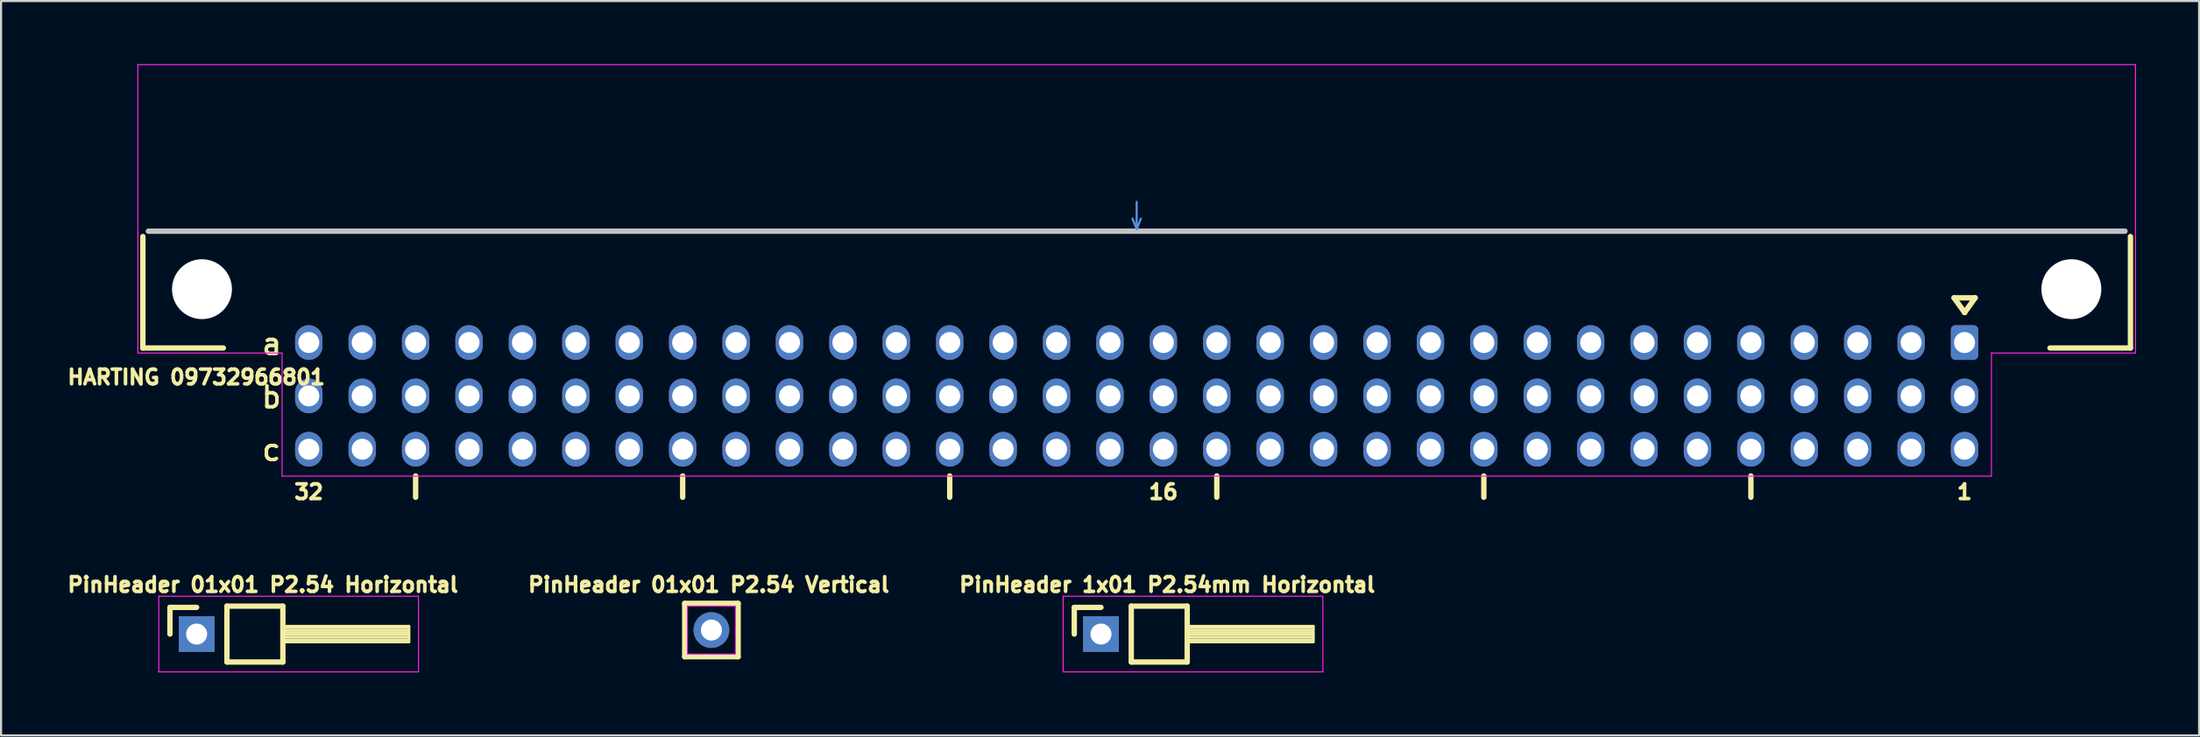
<source format=kicad_pcb>
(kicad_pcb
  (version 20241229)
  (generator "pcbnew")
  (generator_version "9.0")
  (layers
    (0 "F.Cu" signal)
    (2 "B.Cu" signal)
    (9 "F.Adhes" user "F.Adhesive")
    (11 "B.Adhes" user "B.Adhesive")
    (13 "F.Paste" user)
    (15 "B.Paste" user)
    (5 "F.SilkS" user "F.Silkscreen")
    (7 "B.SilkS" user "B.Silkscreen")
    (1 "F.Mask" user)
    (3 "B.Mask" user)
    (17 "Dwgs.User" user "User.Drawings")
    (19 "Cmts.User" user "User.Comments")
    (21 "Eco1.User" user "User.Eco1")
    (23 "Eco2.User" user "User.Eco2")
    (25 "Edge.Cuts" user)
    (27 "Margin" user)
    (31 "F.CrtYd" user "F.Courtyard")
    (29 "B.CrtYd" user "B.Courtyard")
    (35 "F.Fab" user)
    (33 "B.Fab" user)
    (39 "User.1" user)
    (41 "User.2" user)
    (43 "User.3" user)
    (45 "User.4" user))
  (footprint "PinHeader 01x01 P2.54 Horizontal"
    (layer "F.Cu")
    (at 6.302 27.133)
    (property "Reference" "PinHeader 01x01 P2.54 Horizontal" (at 3.15 -2.35 0) (layer "F.SilkS") (effects (font (size 0.7 0.7) (thickness 0.17))))
    (attr through_hole)
    (fp_line (start -1.27 -1.27) (end 0 -1.27) (stroke (width 0.254) (type solid)) (layer "F.SilkS"))
    (fp_line (start -1.27 0) (end -1.27 -1.27) (stroke (width 0.254) (type solid)) (layer "F.SilkS"))
    (fp_line (start 1.44 -1.33) (end 1.44 1.33) (stroke (width 0.254) (type solid)) (layer "F.SilkS"))
    (fp_line (start 1.44 1.33) (end 4.1 1.33) (stroke (width 0.254) (type solid)) (layer "F.SilkS"))
    (fp_line (start 4.1 -1.33) (end 1.44 -1.33) (stroke (width 0.254) (type solid)) (layer "F.SilkS"))
    (fp_line (start 4.1 -0.38) (end 10.1 -0.38) (stroke (width 0.12) (type solid)) (layer "F.SilkS"))
    (fp_line (start 4.1 -0.32) (end 10.1 -0.32) (stroke (width 0.12) (type solid)) (layer "F.SilkS"))
    (fp_line (start 4.1 -0.2) (end 10.1 -0.2) (stroke (width 0.12) (type solid)) (layer "F.SilkS"))
    (fp_line (start 4.1 -0.08) (end 10.1 -0.08) (stroke (width 0.12) (type solid)) (layer "F.SilkS"))
    (fp_line (start 4.1 0.04) (end 10.1 0.04) (stroke (width 0.12) (type solid)) (layer "F.SilkS"))
    (fp_line (start 4.1 0.16) (end 10.1 0.16) (stroke (width 0.12) (type solid)) (layer "F.SilkS"))
    (fp_line (start 4.1 0.28) (end 10.1 0.28) (stroke (width 0.12) (type solid)) (layer "F.SilkS"))
    (fp_line (start 4.1 1.33) (end 4.1 -1.33) (stroke (width 0.254) (type solid)) (layer "F.SilkS"))
    (fp_line (start 10.1 -0.38) (end 10.1 0.38) (stroke (width 0.12) (type solid)) (layer "F.SilkS"))
    (fp_line (start 10.1 0.38) (end 4.1 0.38) (stroke (width 0.12) (type solid)) (layer "F.SilkS"))
    (fp_line (start -1.8 -1.8) (end -1.8 1.8) (stroke (width 0.05) (type solid)) (layer "F.CrtYd"))
    (fp_line (start -1.8 1.8) (end 10.55 1.8) (stroke (width 0.05) (type solid)) (layer "F.CrtYd"))
    (fp_line (start 10.55 -1.8) (end -1.8 -1.8) (stroke (width 0.05) (type solid)) (layer "F.CrtYd"))
    (fp_line (start 10.55 1.8) (end 10.55 -1.8) (stroke (width 0.05) (type solid)) (layer "F.CrtYd"))
    (fp_line (start -0.32 -0.32) (end -0.32 0.32) (stroke (width 0.1) (type solid)) (layer "F.Fab"))
    (pad "1" thru_hole rect (at 0 0) (size 1.7 1.7) (drill 1) (layers "*.Cu" "*.Mask")))
  (footprint "PinHeader 1x01 P2.54mm Horizontal"
    (layer "F.Cu")
    (at 49.308 27.133)
    (property "Reference" "PinHeader 1x01 P2.54mm Horizontal" (at 3.15 -2.35 0) (layer "F.SilkS") (effects (font (size 0.7 0.7) (thickness 0.17))))
    (attr through_hole)
    (fp_line (start -1.27 -1.27) (end 0 -1.27) (stroke (width 0.254) (type solid)) (layer "F.SilkS"))
    (fp_line (start -1.27 0) (end -1.27 -1.27) (stroke (width 0.254) (type solid)) (layer "F.SilkS"))
    (fp_line (start 1.44 -1.33) (end 1.44 1.33) (stroke (width 0.254) (type solid)) (layer "F.SilkS"))
    (fp_line (start 1.44 1.33) (end 4.1 1.33) (stroke (width 0.254) (type solid)) (layer "F.SilkS"))
    (fp_line (start 4.1 -1.33) (end 1.44 -1.33) (stroke (width 0.254) (type solid)) (layer "F.SilkS"))
    (fp_line (start 4.1 -0.38) (end 10.1 -0.38) (stroke (width 0.12) (type solid)) (layer "F.SilkS"))
    (fp_line (start 4.1 -0.32) (end 10.1 -0.32) (stroke (width 0.12) (type solid)) (layer "F.SilkS"))
    (fp_line (start 4.1 -0.2) (end 10.1 -0.2) (stroke (width 0.12) (type solid)) (layer "F.SilkS"))
    (fp_line (start 4.1 -0.08) (end 10.1 -0.08) (stroke (width 0.12) (type solid)) (layer "F.SilkS"))
    (fp_line (start 4.1 0.04) (end 10.1 0.04) (stroke (width 0.12) (type solid)) (layer "F.SilkS"))
    (fp_line (start 4.1 0.16) (end 10.1 0.16) (stroke (width 0.12) (type solid)) (layer "F.SilkS"))
    (fp_line (start 4.1 0.28) (end 10.1 0.28) (stroke (width 0.12) (type solid)) (layer "F.SilkS"))
    (fp_line (start 4.1 1.33) (end 4.1 -1.33) (stroke (width 0.254) (type solid)) (layer "F.SilkS"))
    (fp_line (start 10.1 -0.38) (end 10.1 0.38) (stroke (width 0.12) (type solid)) (layer "F.SilkS"))
    (fp_line (start 10.1 0.38) (end 4.1 0.38) (stroke (width 0.12) (type solid)) (layer "F.SilkS"))
    (fp_line (start -1.8 -1.8) (end -1.8 1.8) (stroke (width 0.05) (type solid)) (layer "F.CrtYd"))
    (fp_line (start -1.8 1.8) (end 10.55 1.8) (stroke (width 0.05) (type solid)) (layer "F.CrtYd"))
    (fp_line (start 10.55 -1.8) (end -1.8 -1.8) (stroke (width 0.05) (type solid)) (layer "F.CrtYd"))
    (fp_line (start 10.55 1.8) (end 10.55 -1.8) (stroke (width 0.05) (type solid)) (layer "F.CrtYd"))
    (fp_line (start -0.32 -0.32) (end -0.32 0.32) (stroke (width 0.1) (type solid)) (layer "F.Fab"))
    (pad "1" thru_hole rect (at 0 0) (size 1.7 1.7) (drill 1) (layers "*.Cu" "*.Mask")))
  (footprint "PinHeader 01x01 P2.54 Vertical"
    (layer "F.Cu")
    (at 30.782 26.942)
    (property "Reference" "PinHeader 01x01 P2.54 Vertical" (at -0.127 -2.159 0) (layer "F.SilkS") (effects (font (size 0.7 0.7) (thickness 0.17))))
    (attr through_hole)
    (fp_line (start -1.27 -1.27) (end -1.27 1.27) (stroke (width 0.254) (type solid)) (layer "F.SilkS"))
    (fp_line (start -1.27 -1.27) (end 1.27 -1.27) (stroke (width 0.254) (type solid)) (layer "F.SilkS"))
    (fp_line (start -1.27 1.27) (end 1.27 1.27) (stroke (width 0.254) (type solid)) (layer "F.SilkS"))
    (fp_line (start 1.27 -1.27) (end 1.27 1.27) (stroke (width 0.254) (type solid)) (layer "F.SilkS"))
    (fp_line (start -1.143 -1.143) (end -1.143 1.143) (stroke (width 0.05) (type solid)) (layer "F.CrtYd"))
    (fp_line (start -1.143 1.143) (end 1.143 1.143) (stroke (width 0.05) (type solid)) (layer "F.CrtYd"))
    (fp_line (start 1.143 -1.143) (end -1.143 -1.143) (stroke (width 0.05) (type solid)) (layer "F.CrtYd"))
    (fp_line (start 1.143 1.143) (end 1.143 -1.143) (stroke (width 0.05) (type solid)) (layer "F.CrtYd"))
    (pad "1" thru_hole oval (at 0 0) (size 1.7 1.7) (drill 1) (layers "*.Cu" "*.Mask")))
  (footprint "HARTING 09732966801"
    (layer "F.Cu")
    (at 51.005 7.955)
    (property "Reference" "HARTING 09732966801" (at -44.72 6.95 0) (layer "F.SilkS") (effects (font (size 0.7 0.7) (thickness 0.17))))
    (attr through_hole)
    (fp_line (start -47.26 0.254) (end -47.26 5.56) (stroke (width 0.254) (type solid)) (layer "F.SilkS"))
    (fp_line (start -47.26 5.56) (end -43.434 5.56) (stroke (width 0.254) (type solid)) (layer "F.SilkS"))
    (fp_line (start -34.29 11.65) (end -34.29 12.666) (stroke (width 0.256) (type solid)) (layer "F.SilkS"))
    (fp_line (start -21.59 11.65) (end -21.59 12.666) (stroke (width 0.256) (type solid)) (layer "F.SilkS"))
    (fp_line (start -8.89 11.65) (end -8.89 12.666) (stroke (width 0.256) (type solid)) (layer "F.SilkS"))
    (fp_line (start 3.81 11.65) (end 3.81 12.666) (stroke (width 0.256) (type solid)) (layer "F.SilkS"))
    (fp_line (start 16.51 11.65) (end 16.51 12.666) (stroke (width 0.256) (type solid)) (layer "F.SilkS"))
    (fp_line (start 29.21 11.65) (end 29.21 12.666) (stroke (width 0.256) (type solid)) (layer "F.SilkS"))
    (fp_line (start 38.874 3.172) (end 39.874 3.172) (stroke (width 0.256) (type solid)) (layer "F.SilkS"))
    (fp_line (start 39.374 3.872) (end 38.874 3.172) (stroke (width 0.256) (type solid)) (layer "F.SilkS"))
    (fp_line (start 39.874 3.172) (end 39.374 3.872) (stroke (width 0.256) (type solid)) (layer "F.SilkS"))
    (fp_line (start 47.26 0.254) (end 47.26 5.56) (stroke (width 0.254) (type solid)) (layer "F.SilkS"))
    (fp_line (start 47.26 5.56) (end 43.434 5.56) (stroke (width 0.254) (type solid)) (layer "F.SilkS"))
    (fp_line (start -47 0) (end 47 0) (stroke (width 0.256) (type solid)) (layer "Dwgs.User"))
    (fp_line (start -0.2 -0.6) (end 0 -0.1) (stroke (width 0.1) (type solid)) (layer "Cmts.User"))
    (fp_line (start 0 -0.1) (end 0 -1.4) (stroke (width 0.1) (type solid)) (layer "Cmts.User"))
    (fp_line (start 0 -0.1) (end 0.2 -0.6) (stroke (width 0.1) (type solid)) (layer "Cmts.User"))
    (fp_line (start -2 0) (end 2 0) (stroke (width 0.256) (type solid)) (layer "Eco1.User"))
    (fp_line (start 0 -2) (end 0 2) (stroke (width 0.256) (type solid)) (layer "Eco1.User"))
    (fp_line (start -47.5 -7.93) (end -47.5 5.8) (stroke (width 0.05) (type solid)) (layer "F.CrtYd"))
    (fp_line (start -47.5 5.8) (end -40.64 5.8) (stroke (width 0.05) (type solid)) (layer "F.CrtYd"))
    (fp_line (start -40.64 5.8) (end -40.64 11.66) (stroke (width 0.05) (type solid)) (layer "F.CrtYd"))
    (fp_line (start -40.64 11.66) (end 40.65 11.66) (stroke (width 0.05) (type solid)) (layer "F.CrtYd"))
    (fp_line (start 40.65 5.8) (end 47.5 5.8) (stroke (width 0.05) (type solid)) (layer "F.CrtYd"))
    (fp_line (start 40.65 11.66) (end 40.65 5.8) (stroke (width 0.05) (type solid)) (layer "F.CrtYd"))
    (fp_line (start 47.5 -7.93) (end -47.5 -7.93) (stroke (width 0.05) (type solid)) (layer "F.CrtYd"))
    (fp_line (start 47.5 5.8) (end 47.5 -7.93) (stroke (width 0.05) (type solid)) (layer "F.CrtYd"))
    (fp_text user "a" (at -41.13 5.364 0) (unlocked yes) (layer "F.SilkS") (effects (font (size 1 1) (thickness 0.17))))
    (fp_text user "32" (at -39.37 12.412 0) (unlocked yes) (layer "F.SilkS") (effects (font (size 0.7 0.7) (thickness 0.17))))
    (fp_text user "b" (at -41.148 7.904 0) (unlocked yes) (layer "F.SilkS") (effects (font (size 1 1) (thickness 0.17))))
    (fp_text user "1" (at 39.37 12.412 0) (unlocked yes) (layer "F.SilkS") (effects (font (size 0.7 0.7) (thickness 0.17))))
    (fp_text user "16" (at 1.27 12.412 0) (unlocked yes) (layer "F.SilkS") (effects (font (size 0.7 0.7) (thickness 0.17))))
    (fp_text user "c" (at -41.148 10.414 0) (unlocked yes) (layer "F.SilkS") (effects (font (size 1 1) (thickness 0.17))))
    (pad "" np_thru_hole circle (at -44.45 2.76) (size 2.85 2.85) (drill 2.85) (layers "*.Cu" "*.Mask"))
    (pad "" np_thru_hole circle (at 44.45 2.76) (size 2.85 2.85) (drill 2.85) (layers "*.Cu" "*.Mask"))
    (pad "a1" thru_hole roundrect (at 39.37 5.3 180) (size 1.3 1.65) (drill 1) (layers "*.Cu" "*.Mask") (roundrect_rratio 0.161))
    (pad "a2" thru_hole oval (at 36.83 5.3 180) (size 1.3 1.65) (drill 1) (layers "*.Cu" "*.Mask"))
    (pad "a3" thru_hole oval (at 34.29 5.3 180) (size 1.3 1.65) (drill 1) (layers "*.Cu" "*.Mask"))
    (pad "a4" thru_hole oval (at 31.75 5.3 180) (size 1.3 1.65) (drill 1) (layers "*.Cu" "*.Mask"))
    (pad "a5" thru_hole oval (at 29.21 5.3 180) (size 1.3 1.65) (drill 1) (layers "*.Cu" "*.Mask"))
    (pad "a6" thru_hole oval (at 26.67 5.3 180) (size 1.3 1.65) (drill 1) (layers "*.Cu" "*.Mask"))
    (pad "a7" thru_hole oval (at 24.13 5.3 180) (size 1.3 1.65) (drill 1) (layers "*.Cu" "*.Mask"))
    (pad "a8" thru_hole oval (at 21.59 5.3 180) (size 1.3 1.65) (drill 1) (layers "*.Cu" "*.Mask"))
    (pad "a9" thru_hole oval (at 19.05 5.3 180) (size 1.3 1.65) (drill 1) (layers "*.Cu" "*.Mask"))
    (pad "a10" thru_hole oval (at 16.51 5.3 180) (size 1.3 1.65) (drill 1) (layers "*.Cu" "*.Mask"))
    (pad "a11" thru_hole oval (at 13.97 5.3 180) (size 1.3 1.65) (drill 1) (layers "*.Cu" "*.Mask"))
    (pad "a12" thru_hole oval (at 11.43 5.3 180) (size 1.3 1.65) (drill 1) (layers "*.Cu" "*.Mask"))
    (pad "a13" thru_hole oval (at 8.89 5.3 180) (size 1.3 1.65) (drill 1) (layers "*.Cu" "*.Mask"))
    (pad "a14" thru_hole oval (at 6.35 5.3 180) (size 1.3 1.65) (drill 1) (layers "*.Cu" "*.Mask"))
    (pad "a15" thru_hole oval (at 3.81 5.3 180) (size 1.3 1.65) (drill 1) (layers "*.Cu" "*.Mask"))
    (pad "a16" thru_hole oval (at 1.27 5.3 180) (size 1.3 1.65) (drill 1) (layers "*.Cu" "*.Mask"))
    (pad "a17" thru_hole oval (at -1.27 5.3 180) (size 1.3 1.65) (drill 1) (layers "*.Cu" "*.Mask"))
    (pad "a18" thru_hole oval (at -3.81 5.3 180) (size 1.3 1.65) (drill 1) (layers "*.Cu" "*.Mask"))
    (pad "a19" thru_hole oval (at -6.35 5.3 180) (size 1.3 1.65) (drill 1) (layers "*.Cu" "*.Mask"))
    (pad "a20" thru_hole oval (at -8.89 5.3 180) (size 1.3 1.65) (drill 1) (layers "*.Cu" "*.Mask"))
    (pad "a21" thru_hole oval (at -11.43 5.3 180) (size 1.3 1.65) (drill 1) (layers "*.Cu" "*.Mask"))
    (pad "a22" thru_hole oval (at -13.97 5.3 180) (size 1.3 1.65) (drill 1) (layers "*.Cu" "*.Mask"))
    (pad "a23" thru_hole oval (at -16.51 5.3 180) (size 1.3 1.65) (drill 1) (layers "*.Cu" "*.Mask"))
    (pad "a24" thru_hole oval (at -19.05 5.3 180) (size 1.3 1.65) (drill 1) (layers "*.Cu" "*.Mask"))
    (pad "a25" thru_hole oval (at -21.59 5.3 180) (size 1.3 1.65) (drill 1) (layers "*.Cu" "*.Mask"))
    (pad "a26" thru_hole oval (at -24.13 5.3 180) (size 1.3 1.65) (drill 1) (layers "*.Cu" "*.Mask"))
    (pad "a27" thru_hole oval (at -26.67 5.3 180) (size 1.3 1.65) (drill 1) (layers "*.Cu" "*.Mask"))
    (pad "a28" thru_hole oval (at -29.21 5.3 180) (size 1.3 1.65) (drill 1) (layers "*.Cu" "*.Mask"))
    (pad "a29" thru_hole oval (at -31.75 5.3 180) (size 1.3 1.65) (drill 1) (layers "*.Cu" "*.Mask"))
    (pad "a30" thru_hole oval (at -34.29 5.3 180) (size 1.3 1.65) (drill 1) (layers "*.Cu" "*.Mask"))
    (pad "a31" thru_hole oval (at -36.83 5.3 180) (size 1.3 1.65) (drill 1) (layers "*.Cu" "*.Mask"))
    (pad "a32" thru_hole oval (at -39.37 5.3 180) (size 1.3 1.65) (drill 1) (layers "*.Cu" "*.Mask"))
    (pad "b1" thru_hole oval (at 39.37 7.84 180) (size 1.3 1.65) (drill 1) (layers "*.Cu" "*.Mask"))
    (pad "b2" thru_hole oval (at 36.83 7.84 180) (size 1.3 1.65) (drill 1) (layers "*.Cu" "*.Mask"))
    (pad "b3" thru_hole oval (at 34.29 7.84 180) (size 1.3 1.65) (drill 1) (layers "*.Cu" "*.Mask"))
    (pad "b4" thru_hole oval (at 31.75 7.84 180) (size 1.3 1.65) (drill 1) (layers "*.Cu" "*.Mask"))
    (pad "b5" thru_hole oval (at 29.21 7.84 180) (size 1.3 1.65) (drill 1) (layers "*.Cu" "*.Mask"))
    (pad "b6" thru_hole oval (at 26.67 7.84 180) (size 1.3 1.65) (drill 1) (layers "*.Cu" "*.Mask"))
    (pad "b7" thru_hole oval (at 24.13 7.84 180) (size 1.3 1.65) (drill 1) (layers "*.Cu" "*.Mask"))
    (pad "b8" thru_hole oval (at 21.59 7.84 180) (size 1.3 1.65) (drill 1) (layers "*.Cu" "*.Mask"))
    (pad "b9" thru_hole oval (at 19.05 7.84 180) (size 1.3 1.65) (drill 1) (layers "*.Cu" "*.Mask"))
    (pad "b10" thru_hole oval (at 16.51 7.84 180) (size 1.3 1.65) (drill 1) (layers "*.Cu" "*.Mask"))
    (pad "b11" thru_hole oval (at 13.97 7.84 180) (size 1.3 1.65) (drill 1) (layers "*.Cu" "*.Mask"))
    (pad "b12" thru_hole oval (at 11.43 7.84 180) (size 1.3 1.65) (drill 1) (layers "*.Cu" "*.Mask"))
    (pad "b13" thru_hole oval (at 8.89 7.84 180) (size 1.3 1.65) (drill 1) (layers "*.Cu" "*.Mask"))
    (pad "b14" thru_hole oval (at 6.35 7.84 180) (size 1.3 1.65) (drill 1) (layers "*.Cu" "*.Mask"))
    (pad "b15" thru_hole oval (at 3.81 7.84 180) (size 1.3 1.65) (drill 1) (layers "*.Cu" "*.Mask"))
    (pad "b16" thru_hole oval (at 1.27 7.84 180) (size 1.3 1.65) (drill 1) (layers "*.Cu" "*.Mask"))
    (pad "b17" thru_hole oval (at -1.27 7.84 180) (size 1.3 1.65) (drill 1) (layers "*.Cu" "*.Mask"))
    (pad "b18" thru_hole oval (at -3.81 7.84 180) (size 1.3 1.65) (drill 1) (layers "*.Cu" "*.Mask"))
    (pad "b19" thru_hole oval (at -6.35 7.84 180) (size 1.3 1.65) (drill 1) (layers "*.Cu" "*.Mask"))
    (pad "b20" thru_hole oval (at -8.89 7.84 180) (size 1.3 1.65) (drill 1) (layers "*.Cu" "*.Mask"))
    (pad "b21" thru_hole oval (at -11.43 7.84 180) (size 1.3 1.65) (drill 1) (layers "*.Cu" "*.Mask"))
    (pad "b22" thru_hole oval (at -13.97 7.84 180) (size 1.3 1.65) (drill 1) (layers "*.Cu" "*.Mask"))
    (pad "b23" thru_hole oval (at -16.51 7.84 180) (size 1.3 1.65) (drill 1) (layers "*.Cu" "*.Mask"))
    (pad "b24" thru_hole oval (at -19.05 7.84 180) (size 1.3 1.65) (drill 1) (layers "*.Cu" "*.Mask"))
    (pad "b25" thru_hole oval (at -21.59 7.84 180) (size 1.3 1.65) (drill 1) (layers "*.Cu" "*.Mask"))
    (pad "b26" thru_hole oval (at -24.13 7.84 180) (size 1.3 1.65) (drill 1) (layers "*.Cu" "*.Mask"))
    (pad "b27" thru_hole oval (at -26.67 7.84 180) (size 1.3 1.65) (drill 1) (layers "*.Cu" "*.Mask"))
    (pad "b28" thru_hole oval (at -29.21 7.84 180) (size 1.3 1.65) (drill 1) (layers "*.Cu" "*.Mask"))
    (pad "b29" thru_hole oval (at -31.75 7.84 180) (size 1.3 1.65) (drill 1) (layers "*.Cu" "*.Mask"))
    (pad "b30" thru_hole oval (at -34.29 7.84 180) (size 1.3 1.65) (drill 1) (layers "*.Cu" "*.Mask"))
    (pad "b31" thru_hole oval (at -36.83 7.84 180) (size 1.3 1.65) (drill 1) (layers "*.Cu" "*.Mask"))
    (pad "b32" thru_hole oval (at -39.37 7.84 180) (size 1.3 1.65) (drill 1) (layers "*.Cu" "*.Mask"))
    (pad "c1" thru_hole oval (at 39.37 10.38 180) (size 1.3 1.65) (drill 1) (layers "*.Cu" "*.Mask"))
    (pad "c2" thru_hole oval (at 36.83 10.38 180) (size 1.3 1.65) (drill 1) (layers "*.Cu" "*.Mask"))
    (pad "c3" thru_hole oval (at 34.29 10.38 180) (size 1.3 1.65) (drill 1) (layers "*.Cu" "*.Mask"))
    (pad "c4" thru_hole oval (at 31.75 10.38 180) (size 1.3 1.65) (drill 1) (layers "*.Cu" "*.Mask"))
    (pad "c5" thru_hole oval (at 29.21 10.38 180) (size 1.3 1.65) (drill 1) (layers "*.Cu" "*.Mask"))
    (pad "c6" thru_hole oval (at 26.67 10.38 180) (size 1.3 1.65) (drill 1) (layers "*.Cu" "*.Mask"))
    (pad "c7" thru_hole oval (at 24.13 10.38 180) (size 1.3 1.65) (drill 1) (layers "*.Cu" "*.Mask"))
    (pad "c8" thru_hole oval (at 21.59 10.38 180) (size 1.3 1.65) (drill 1) (layers "*.Cu" "*.Mask"))
    (pad "c9" thru_hole oval (at 19.05 10.38 180) (size 1.3 1.65) (drill 1) (layers "*.Cu" "*.Mask"))
    (pad "c10" thru_hole oval (at 16.51 10.38 180) (size 1.3 1.65) (drill 1) (layers "*.Cu" "*.Mask"))
    (pad "c11" thru_hole oval (at 13.97 10.38 180) (size 1.3 1.65) (drill 1) (layers "*.Cu" "*.Mask"))
    (pad "c12" thru_hole oval (at 11.43 10.38 180) (size 1.3 1.65) (drill 1) (layers "*.Cu" "*.Mask"))
    (pad "c13" thru_hole oval (at 8.89 10.38 180) (size 1.3 1.65) (drill 1) (layers "*.Cu" "*.Mask"))
    (pad "c14" thru_hole oval (at 6.35 10.38 180) (size 1.3 1.65) (drill 1) (layers "*.Cu" "*.Mask"))
    (pad "c15" thru_hole oval (at 3.81 10.38 180) (size 1.3 1.65) (drill 1) (layers "*.Cu" "*.Mask"))
    (pad "c16" thru_hole oval (at 1.27 10.38 180) (size 1.3 1.65) (drill 1) (layers "*.Cu" "*.Mask"))
    (pad "c17" thru_hole oval (at -1.27 10.38 180) (size 1.3 1.65) (drill 1) (layers "*.Cu" "*.Mask"))
    (pad "c18" thru_hole oval (at -3.81 10.38 180) (size 1.3 1.65) (drill 1) (layers "*.Cu" "*.Mask"))
    (pad "c19" thru_hole oval (at -6.35 10.38 180) (size 1.3 1.65) (drill 1) (layers "*.Cu" "*.Mask"))
    (pad "c20" thru_hole oval (at -8.89 10.38 180) (size 1.3 1.65) (drill 1) (layers "*.Cu" "*.Mask"))
    (pad "c21" thru_hole oval (at -11.43 10.38 180) (size 1.3 1.65) (drill 1) (layers "*.Cu" "*.Mask"))
    (pad "c22" thru_hole oval (at -13.97 10.38 180) (size 1.3 1.65) (drill 1) (layers "*.Cu" "*.Mask"))
    (pad "c23" thru_hole oval (at -16.51 10.38 180) (size 1.3 1.65) (drill 1) (layers "*.Cu" "*.Mask"))
    (pad "c24" thru_hole oval (at -19.05 10.38 180) (size 1.3 1.65) (drill 1) (layers "*.Cu" "*.Mask"))
    (pad "c25" thru_hole oval (at -21.59 10.38 180) (size 1.3 1.65) (drill 1) (layers "*.Cu" "*.Mask"))
    (pad "c26" thru_hole oval (at -24.13 10.38 180) (size 1.3 1.65) (drill 1) (layers "*.Cu" "*.Mask"))
    (pad "c27" thru_hole oval (at -26.67 10.38 180) (size 1.3 1.65) (drill 1) (layers "*.Cu" "*.Mask"))
    (pad "c28" thru_hole oval (at -29.21 10.38 180) (size 1.3 1.65) (drill 1) (layers "*.Cu" "*.Mask"))
    (pad "c29" thru_hole oval (at -31.75 10.38 180) (size 1.3 1.65) (drill 1) (layers "*.Cu" "*.Mask"))
    (pad "c30" thru_hole oval (at -34.29 10.38 180) (size 1.3 1.65) (drill 1) (layers "*.Cu" "*.Mask"))
    (pad "c31" thru_hole oval (at -36.83 10.38 180) (size 1.3 1.65) (drill 1) (layers "*.Cu" "*.Mask"))
    (pad "c32" thru_hole oval (at -39.37 10.38 180) (size 1.3 1.65) (drill 1) (layers "*.Cu" "*.Mask")))
  (gr_rect
    (start -3 -3)
    (end 101.53 31.958)
    (stroke (width 0.1) (type default))
    (fill no)
    (layer "Edge.Cuts")))
</source>
